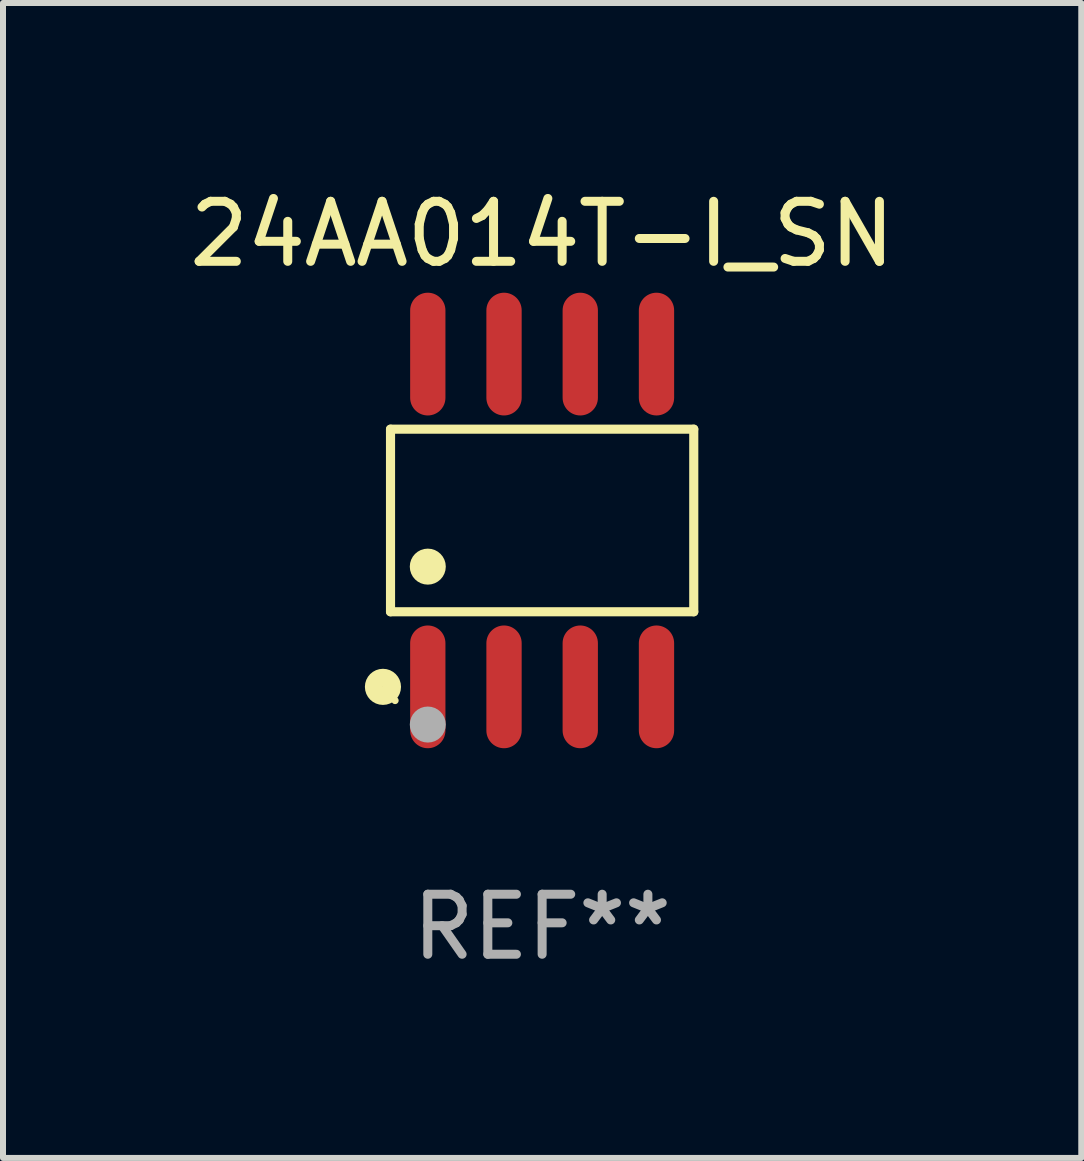
<source format=kicad_pcb>
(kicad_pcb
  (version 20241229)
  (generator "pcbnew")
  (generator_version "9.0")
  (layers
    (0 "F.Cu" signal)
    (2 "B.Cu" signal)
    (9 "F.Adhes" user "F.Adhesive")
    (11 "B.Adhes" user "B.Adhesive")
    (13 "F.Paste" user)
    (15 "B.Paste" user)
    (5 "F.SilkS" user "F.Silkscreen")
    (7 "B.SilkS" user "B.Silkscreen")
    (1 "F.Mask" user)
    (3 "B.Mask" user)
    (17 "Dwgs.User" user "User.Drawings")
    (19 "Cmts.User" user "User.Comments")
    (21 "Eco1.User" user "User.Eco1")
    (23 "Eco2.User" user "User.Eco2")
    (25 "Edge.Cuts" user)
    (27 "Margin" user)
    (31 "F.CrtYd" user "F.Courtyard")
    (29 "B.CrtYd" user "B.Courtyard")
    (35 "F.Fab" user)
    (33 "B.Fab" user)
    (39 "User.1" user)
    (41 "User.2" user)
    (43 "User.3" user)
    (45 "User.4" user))
  (footprint "24AA014T-I_SN"
    (layer "F.Cu")
    (at 5.982 5.621)
    (property "Reference" "24AA014T-I_SN" (at 0 -4.772 0) (layer "F.SilkS") (effects (font (size 1 1) (thickness 0.15))))
    (attr through_hole)
    (fp_line (start -2.526 -1.521) (end 2.526 -1.521) (stroke (width 0.152) (type solid)) (layer "F.SilkS"))
    (fp_line (start -2.526 1.521) (end -2.526 -1.521) (stroke (width 0.152) (type solid)) (layer "F.SilkS"))
    (fp_line (start 2.526 -1.521) (end 2.526 1.521) (stroke (width 0.152) (type solid)) (layer "F.SilkS"))
    (fp_line (start 2.526 1.521) (end -2.526 1.521) (stroke (width 0.152) (type solid)) (layer "F.SilkS"))
    (fp_circle (center -2.652 2.772) (end -2.501 2.772) (stroke (width 0.3) (type solid)) (fill no) (layer "F.SilkS"))
    (fp_circle (center -2.45 3) (end -2.42 3) (stroke (width 0.06) (type solid)) (fill no) (layer "F.SilkS"))
    (fp_circle (center -1.905 0.769) (end -1.755 0.769) (stroke (width 0.3) (type solid)) (fill no) (layer "F.SilkS"))
    (fp_circle (center -1.905 3.4) (end -1.755 3.4) (stroke (width 0.3) (type solid)) (fill no) (layer "F.Fab"))
    (fp_text user "REF**" (at 0 6.772 0) (layer "F.Fab") (effects (font (size 1 1) (thickness 0.15))))
    (pad "1" smd oval (at -1.905 2.772) (size 0.588 2.045) (layers "F.Cu" "F.Mask" "F.Paste"))
    (pad "2" smd oval (at -0.635 2.772) (size 0.588 2.045) (layers "F.Cu" "F.Mask" "F.Paste"))
    (pad "3" smd oval (at 0.635 2.772) (size 0.588 2.045) (layers "F.Cu" "F.Mask" "F.Paste"))
    (pad "4" smd oval (at 1.905 2.772) (size 0.588 2.045) (layers "F.Cu" "F.Mask" "F.Paste"))
    (pad "5" smd oval (at 1.905 -2.772) (size 0.588 2.045) (layers "F.Cu" "F.Mask" "F.Paste"))
    (pad "6" smd oval (at 0.635 -2.772) (size 0.588 2.045) (layers "F.Cu" "F.Mask" "F.Paste"))
    (pad "7" smd oval (at -0.635 -2.772) (size 0.588 2.045) (layers "F.Cu" "F.Mask" "F.Paste"))
    (pad "8" smd oval (at -1.905 -2.772) (size 0.588 2.045) (layers "F.Cu" "F.Mask" "F.Paste")))
  (gr_rect
    (start -3 -3)
    (end 14.964 16.241)
    (stroke (width 0.1) (type default))
    (fill no)
    (layer "Edge.Cuts")))
</source>
